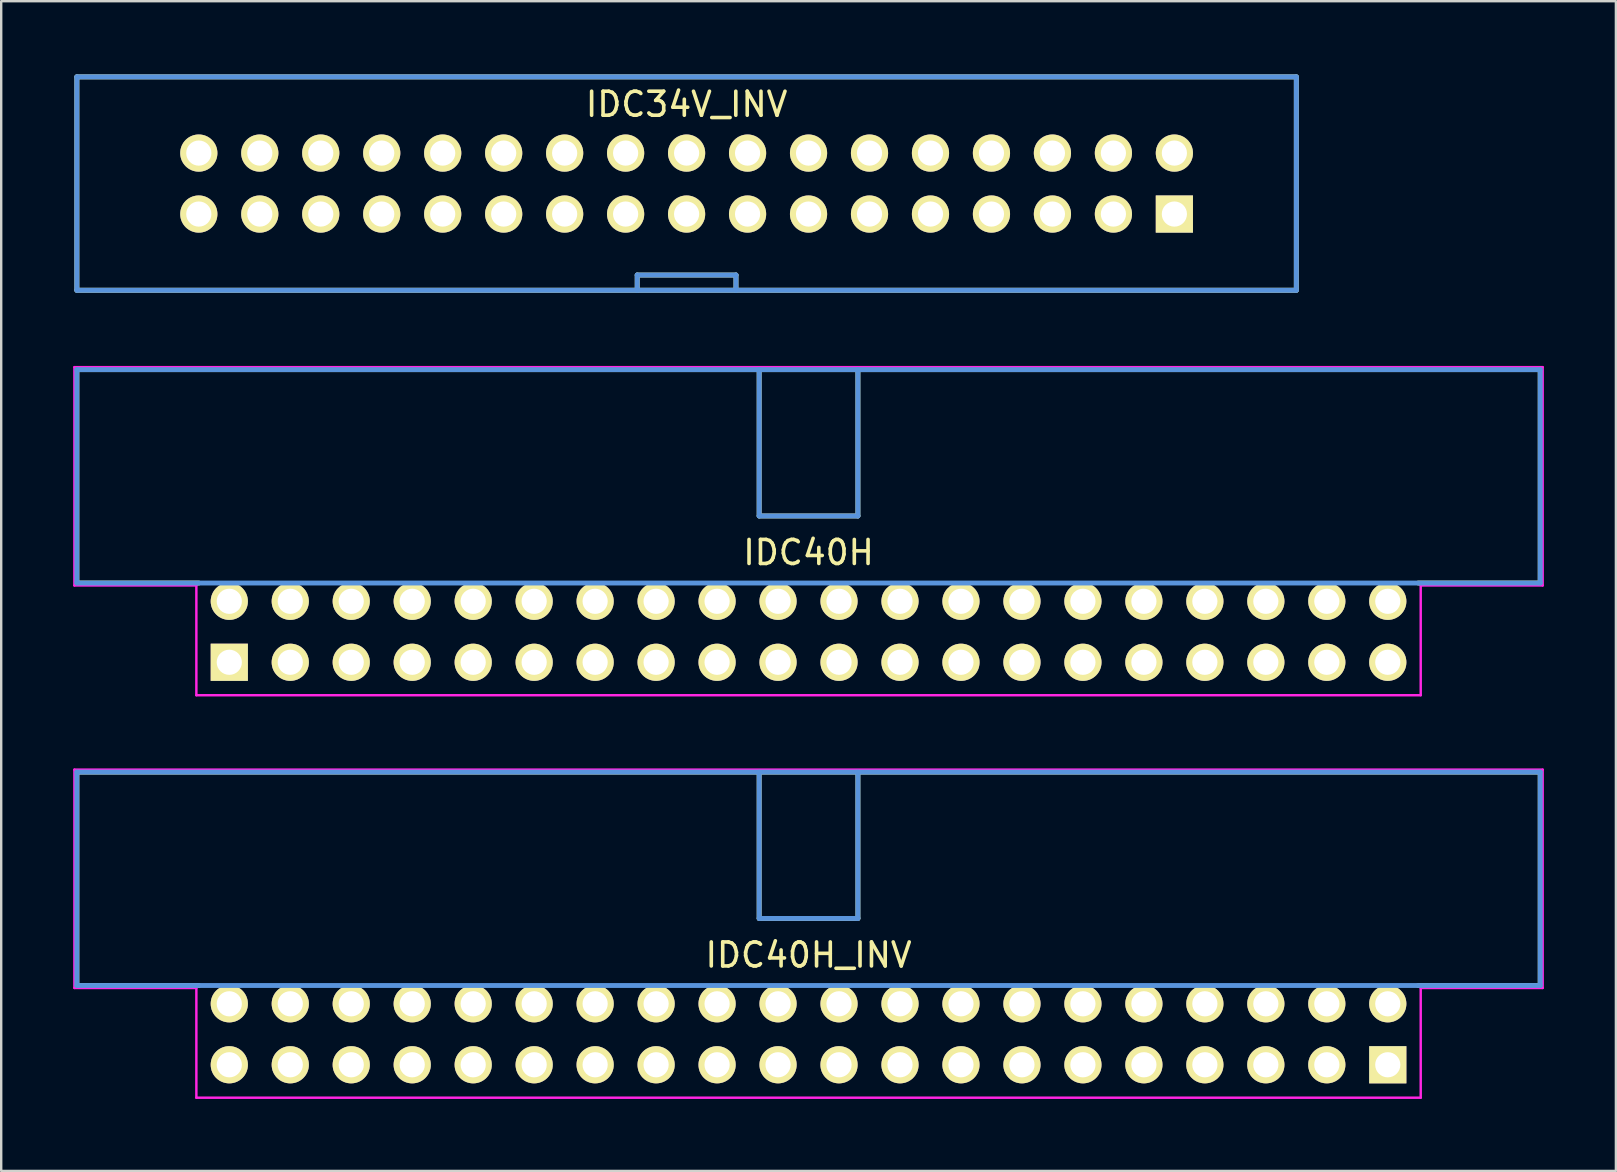
<source format=kicad_pcb>
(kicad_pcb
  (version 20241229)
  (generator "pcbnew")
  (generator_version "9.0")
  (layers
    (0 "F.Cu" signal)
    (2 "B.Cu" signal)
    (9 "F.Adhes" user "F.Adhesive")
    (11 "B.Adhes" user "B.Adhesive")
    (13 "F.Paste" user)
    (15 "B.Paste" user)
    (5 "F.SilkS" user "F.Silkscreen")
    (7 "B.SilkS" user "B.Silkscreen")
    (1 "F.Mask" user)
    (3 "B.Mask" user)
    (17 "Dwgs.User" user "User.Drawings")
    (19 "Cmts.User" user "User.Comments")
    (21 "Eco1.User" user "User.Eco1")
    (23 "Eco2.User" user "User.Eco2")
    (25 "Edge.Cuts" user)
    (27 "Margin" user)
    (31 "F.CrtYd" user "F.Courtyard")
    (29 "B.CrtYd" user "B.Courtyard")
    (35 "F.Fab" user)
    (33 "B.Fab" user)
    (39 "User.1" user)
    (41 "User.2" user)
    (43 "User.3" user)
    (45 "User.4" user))
  (footprint "IDC40H"
    (layer "F.Cu")
    (at 6.502 24.539)
    (property "Reference" "IDC40H" (at 24.13 -4.572 0) (layer "F.SilkS") (effects (font (size 1.001 1.001) (thickness 0.15))))
    (attr through_hole)
    (fp_line (start -6.35 -12.192) (end 54.61 -12.192) (stroke (width 0.203) (type solid)) (layer "F.SilkS"))
    (fp_line (start -6.35 -3.302) (end -6.35 -12.192) (stroke (width 0.203) (type solid)) (layer "F.SilkS"))
    (fp_line (start -6.35 -3.302) (end -1.27 -3.302) (stroke (width 0.203) (type solid)) (layer "F.SilkS"))
    (fp_line (start 22.073 -12.192) (end 22.073 -6.096) (stroke (width 0.203) (type solid)) (layer "F.SilkS"))
    (fp_line (start 22.073 -6.096) (end 26.187 -6.096) (stroke (width 0.203) (type solid)) (layer "F.SilkS"))
    (fp_line (start 26.187 -12.192) (end 26.187 -6.096) (stroke (width 0.203) (type solid)) (layer "F.SilkS"))
    (fp_line (start 54.61 -12.192) (end 54.61 -3.302) (stroke (width 0.203) (type solid)) (layer "F.SilkS"))
    (fp_line (start 54.61 -3.302) (end 49.53 -3.302) (stroke (width 0.203) (type solid)) (layer "F.SilkS"))
    (fp_line (start -6.35 -12.192) (end -6.35 -3.302) (stroke (width 0.203) (type solid)) (layer "Cmts.User"))
    (fp_line (start -6.35 -3.302) (end 54.61 -3.302) (stroke (width 0.203) (type solid)) (layer "Cmts.User"))
    (fp_line (start 22.073 -12.192) (end 22.073 -6.096) (stroke (width 0.203) (type solid)) (layer "Cmts.User"))
    (fp_line (start 22.073 -6.096) (end 26.187 -6.096) (stroke (width 0.203) (type solid)) (layer "Cmts.User"))
    (fp_line (start 26.187 -12.192) (end 26.187 -6.096) (stroke (width 0.203) (type solid)) (layer "Cmts.User"))
    (fp_line (start 54.61 -12.192) (end -6.35 -12.192) (stroke (width 0.203) (type solid)) (layer "Cmts.User"))
    (fp_line (start 54.61 -3.302) (end 54.61 -12.192) (stroke (width 0.203) (type solid)) (layer "Cmts.User"))
    (fp_line (start -6.452 -12.294) (end -6.452 -3.2) (stroke (width 0.102) (type solid)) (layer "F.CrtYd"))
    (fp_line (start -6.452 -3.2) (end -1.372 -3.2) (stroke (width 0.102) (type solid)) (layer "F.CrtYd"))
    (fp_line (start -1.372 -3.2) (end -1.372 1.372) (stroke (width 0.102) (type solid)) (layer "F.CrtYd"))
    (fp_line (start -1.372 1.372) (end 49.632 1.372) (stroke (width 0.102) (type solid)) (layer "F.CrtYd"))
    (fp_line (start 49.632 -3.2) (end 54.712 -3.2) (stroke (width 0.102) (type solid)) (layer "F.CrtYd"))
    (fp_line (start 49.632 1.372) (end 49.632 -3.2) (stroke (width 0.102) (type solid)) (layer "F.CrtYd"))
    (fp_line (start 54.712 -12.294) (end -6.452 -12.294) (stroke (width 0.102) (type solid)) (layer "F.CrtYd"))
    (fp_line (start 54.712 -3.2) (end 54.712 -12.294) (stroke (width 0.102) (type solid)) (layer "F.CrtYd"))
    (pad "1" thru_hole rect (at 0 0) (size 1.549 1.549) (drill 1.049) (layers "*.Cu" "*.Mask" "F.SilkS"))
    (pad "2" thru_hole circle (at 0 -2.54) (size 1.549 1.549) (drill 1.049) (layers "*.Cu" "*.Mask" "F.SilkS"))
    (pad "3" thru_hole circle (at 2.54 0) (size 1.549 1.549) (drill 1.049) (layers "*.Cu" "*.Mask" "F.SilkS"))
    (pad "4" thru_hole circle (at 2.54 -2.54) (size 1.549 1.549) (drill 1.049) (layers "*.Cu" "*.Mask" "F.SilkS"))
    (pad "5" thru_hole circle (at 5.08 0) (size 1.549 1.549) (drill 1.049) (layers "*.Cu" "*.Mask" "F.SilkS"))
    (pad "6" thru_hole circle (at 5.08 -2.54) (size 1.549 1.549) (drill 1.049) (layers "*.Cu" "*.Mask" "F.SilkS"))
    (pad "7" thru_hole circle (at 7.62 0) (size 1.549 1.549) (drill 1.049) (layers "*.Cu" "*.Mask" "F.SilkS"))
    (pad "8" thru_hole circle (at 7.62 -2.54) (size 1.549 1.549) (drill 1.049) (layers "*.Cu" "*.Mask" "F.SilkS"))
    (pad "9" thru_hole circle (at 10.16 0) (size 1.549 1.549) (drill 1.049) (layers "*.Cu" "*.Mask" "F.SilkS"))
    (pad "10" thru_hole circle (at 10.16 -2.54) (size 1.549 1.549) (drill 1.049) (layers "*.Cu" "*.Mask" "F.SilkS"))
    (pad "11" thru_hole circle (at 12.7 0) (size 1.549 1.549) (drill 1.049) (layers "*.Cu" "*.Mask" "F.SilkS"))
    (pad "12" thru_hole circle (at 12.7 -2.54) (size 1.549 1.549) (drill 1.049) (layers "*.Cu" "*.Mask" "F.SilkS"))
    (pad "13" thru_hole circle (at 15.24 0) (size 1.549 1.549) (drill 1.049) (layers "*.Cu" "*.Mask" "F.SilkS"))
    (pad "14" thru_hole circle (at 15.24 -2.54) (size 1.549 1.549) (drill 1.049) (layers "*.Cu" "*.Mask" "F.SilkS"))
    (pad "15" thru_hole circle (at 17.78 0) (size 1.549 1.549) (drill 1.049) (layers "*.Cu" "*.Mask" "F.SilkS"))
    (pad "16" thru_hole circle (at 17.78 -2.54) (size 1.549 1.549) (drill 1.049) (layers "*.Cu" "*.Mask" "F.SilkS"))
    (pad "17" thru_hole circle (at 20.32 0) (size 1.549 1.549) (drill 1.049) (layers "*.Cu" "*.Mask" "F.SilkS"))
    (pad "18" thru_hole circle (at 20.32 -2.54) (size 1.549 1.549) (drill 1.049) (layers "*.Cu" "*.Mask" "F.SilkS"))
    (pad "19" thru_hole circle (at 22.86 0) (size 1.549 1.549) (drill 1.049) (layers "*.Cu" "*.Mask" "F.SilkS"))
    (pad "20" thru_hole circle (at 22.86 -2.54) (size 1.549 1.549) (drill 1.049) (layers "*.Cu" "*.Mask" "F.SilkS"))
    (pad "21" thru_hole circle (at 25.4 0) (size 1.549 1.549) (drill 1.049) (layers "*.Cu" "*.Mask" "F.SilkS"))
    (pad "22" thru_hole circle (at 25.4 -2.54) (size 1.549 1.549) (drill 1.049) (layers "*.Cu" "*.Mask" "F.SilkS"))
    (pad "23" thru_hole circle (at 27.94 0) (size 1.549 1.549) (drill 1.049) (layers "*.Cu" "*.Mask" "F.SilkS"))
    (pad "24" thru_hole circle (at 27.94 -2.54) (size 1.549 1.549) (drill 1.049) (layers "*.Cu" "*.Mask" "F.SilkS"))
    (pad "25" thru_hole circle (at 30.48 0) (size 1.549 1.549) (drill 1.049) (layers "*.Cu" "*.Mask" "F.SilkS"))
    (pad "26" thru_hole circle (at 30.48 -2.54) (size 1.549 1.549) (drill 1.049) (layers "*.Cu" "*.Mask" "F.SilkS"))
    (pad "27" thru_hole circle (at 33.02 0) (size 1.549 1.549) (drill 1.049) (layers "*.Cu" "*.Mask" "F.SilkS"))
    (pad "28" thru_hole circle (at 33.02 -2.54) (size 1.549 1.549) (drill 1.049) (layers "*.Cu" "*.Mask" "F.SilkS"))
    (pad "29" thru_hole circle (at 35.56 0) (size 1.549 1.549) (drill 1.049) (layers "*.Cu" "*.Mask" "F.SilkS"))
    (pad "30" thru_hole circle (at 35.56 -2.54) (size 1.549 1.549) (drill 1.049) (layers "*.Cu" "*.Mask" "F.SilkS"))
    (pad "31" thru_hole circle (at 38.1 0) (size 1.549 1.549) (drill 1.049) (layers "*.Cu" "*.Mask" "F.SilkS"))
    (pad "32" thru_hole circle (at 38.1 -2.54) (size 1.549 1.549) (drill 1.049) (layers "*.Cu" "*.Mask" "F.SilkS"))
    (pad "33" thru_hole circle (at 40.64 0) (size 1.549 1.549) (drill 1.049) (layers "*.Cu" "*.Mask" "F.SilkS"))
    (pad "34" thru_hole circle (at 40.64 -2.54) (size 1.549 1.549) (drill 1.049) (layers "*.Cu" "*.Mask" "F.SilkS"))
    (pad "35" thru_hole circle (at 43.18 0) (size 1.549 1.549) (drill 1.049) (layers "*.Cu" "*.Mask" "F.SilkS"))
    (pad "36" thru_hole circle (at 43.18 -2.54) (size 1.549 1.549) (drill 1.049) (layers "*.Cu" "*.Mask" "F.SilkS"))
    (pad "37" thru_hole circle (at 45.72 0) (size 1.549 1.549) (drill 1.049) (layers "*.Cu" "*.Mask" "F.SilkS"))
    (pad "38" thru_hole circle (at 45.72 -2.54) (size 1.549 1.549) (drill 1.049) (layers "*.Cu" "*.Mask" "F.SilkS"))
    (pad "39" thru_hole circle (at 48.26 0) (size 1.549 1.549) (drill 1.049) (layers "*.Cu" "*.Mask" "F.SilkS"))
    (pad "40" thru_hole circle (at 48.26 -2.54) (size 1.549 1.549) (drill 1.049) (layers "*.Cu" "*.Mask" "F.SilkS")))
  (footprint "IDC40H_INV"
    (layer "F.Cu")
    (at 6.502 41.306)
    (property "Reference" "IDC40H_INV" (at 24.13 -4.572 0) (layer "F.SilkS") (effects (font (size 1.001 1.001) (thickness 0.15))))
    (attr through_hole)
    (fp_line (start -6.35 -12.192) (end 54.61 -12.192) (stroke (width 0.203) (type solid)) (layer "F.SilkS"))
    (fp_line (start -6.35 -3.302) (end -6.35 -12.192) (stroke (width 0.203) (type solid)) (layer "F.SilkS"))
    (fp_line (start -6.35 -3.302) (end -1.27 -3.302) (stroke (width 0.203) (type solid)) (layer "F.SilkS"))
    (fp_line (start 22.073 -12.192) (end 22.073 -6.096) (stroke (width 0.203) (type solid)) (layer "F.SilkS"))
    (fp_line (start 22.073 -6.096) (end 26.187 -6.096) (stroke (width 0.203) (type solid)) (layer "F.SilkS"))
    (fp_line (start 26.187 -12.192) (end 26.187 -6.096) (stroke (width 0.203) (type solid)) (layer "F.SilkS"))
    (fp_line (start 54.61 -12.192) (end 54.61 -3.302) (stroke (width 0.203) (type solid)) (layer "F.SilkS"))
    (fp_line (start 54.61 -3.302) (end 49.53 -3.302) (stroke (width 0.203) (type solid)) (layer "F.SilkS"))
    (fp_line (start -6.35 -12.192) (end -6.35 -3.302) (stroke (width 0.203) (type solid)) (layer "Cmts.User"))
    (fp_line (start -6.35 -3.302) (end 54.61 -3.302) (stroke (width 0.203) (type solid)) (layer "Cmts.User"))
    (fp_line (start 22.073 -12.192) (end 22.073 -6.096) (stroke (width 0.203) (type solid)) (layer "Cmts.User"))
    (fp_line (start 22.073 -6.096) (end 26.187 -6.096) (stroke (width 0.203) (type solid)) (layer "Cmts.User"))
    (fp_line (start 26.187 -12.192) (end 26.187 -6.096) (stroke (width 0.203) (type solid)) (layer "Cmts.User"))
    (fp_line (start 54.61 -12.192) (end -6.35 -12.192) (stroke (width 0.203) (type solid)) (layer "Cmts.User"))
    (fp_line (start 54.61 -3.302) (end 54.61 -12.192) (stroke (width 0.203) (type solid)) (layer "Cmts.User"))
    (fp_line (start -6.452 -12.294) (end -6.452 -3.2) (stroke (width 0.102) (type solid)) (layer "F.CrtYd"))
    (fp_line (start -6.452 -3.2) (end -1.372 -3.2) (stroke (width 0.102) (type solid)) (layer "F.CrtYd"))
    (fp_line (start -1.372 -3.2) (end -1.372 1.372) (stroke (width 0.102) (type solid)) (layer "F.CrtYd"))
    (fp_line (start -1.372 1.372) (end 49.632 1.372) (stroke (width 0.102) (type solid)) (layer "F.CrtYd"))
    (fp_line (start 49.632 -3.2) (end 54.712 -3.2) (stroke (width 0.102) (type solid)) (layer "F.CrtYd"))
    (fp_line (start 49.632 1.372) (end 49.632 -3.2) (stroke (width 0.102) (type solid)) (layer "F.CrtYd"))
    (fp_line (start 54.712 -12.294) (end -6.452 -12.294) (stroke (width 0.102) (type solid)) (layer "F.CrtYd"))
    (fp_line (start 54.712 -3.2) (end 54.712 -12.294) (stroke (width 0.102) (type solid)) (layer "F.CrtYd"))
    (pad "1" thru_hole rect (at 48.26 0) (size 1.549 1.549) (drill 1.049) (layers "*.Cu" "*.Mask" "F.SilkS"))
    (pad "2" thru_hole circle (at 48.26 -2.54) (size 1.549 1.549) (drill 1.049) (layers "*.Cu" "*.Mask" "F.SilkS"))
    (pad "3" thru_hole circle (at 45.72 0) (size 1.549 1.549) (drill 1.049) (layers "*.Cu" "*.Mask" "F.SilkS"))
    (pad "4" thru_hole circle (at 45.72 -2.54) (size 1.549 1.549) (drill 1.049) (layers "*.Cu" "*.Mask" "F.SilkS"))
    (pad "5" thru_hole circle (at 43.18 0) (size 1.549 1.549) (drill 1.049) (layers "*.Cu" "*.Mask" "F.SilkS"))
    (pad "6" thru_hole circle (at 43.18 -2.54) (size 1.549 1.549) (drill 1.049) (layers "*.Cu" "*.Mask" "F.SilkS"))
    (pad "7" thru_hole circle (at 40.64 0) (size 1.549 1.549) (drill 1.049) (layers "*.Cu" "*.Mask" "F.SilkS"))
    (pad "8" thru_hole circle (at 40.64 -2.54) (size 1.549 1.549) (drill 1.049) (layers "*.Cu" "*.Mask" "F.SilkS"))
    (pad "9" thru_hole circle (at 38.1 0) (size 1.549 1.549) (drill 1.049) (layers "*.Cu" "*.Mask" "F.SilkS"))
    (pad "10" thru_hole circle (at 38.1 -2.54) (size 1.549 1.549) (drill 1.049) (layers "*.Cu" "*.Mask" "F.SilkS"))
    (pad "11" thru_hole circle (at 35.56 0) (size 1.549 1.549) (drill 1.049) (layers "*.Cu" "*.Mask" "F.SilkS"))
    (pad "12" thru_hole circle (at 35.56 -2.54) (size 1.549 1.549) (drill 1.049) (layers "*.Cu" "*.Mask" "F.SilkS"))
    (pad "13" thru_hole circle (at 33.02 0) (size 1.549 1.549) (drill 1.049) (layers "*.Cu" "*.Mask" "F.SilkS"))
    (pad "14" thru_hole circle (at 33.02 -2.54) (size 1.549 1.549) (drill 1.049) (layers "*.Cu" "*.Mask" "F.SilkS"))
    (pad "15" thru_hole circle (at 30.48 0) (size 1.549 1.549) (drill 1.049) (layers "*.Cu" "*.Mask" "F.SilkS"))
    (pad "16" thru_hole circle (at 30.48 -2.54) (size 1.549 1.549) (drill 1.049) (layers "*.Cu" "*.Mask" "F.SilkS"))
    (pad "17" thru_hole circle (at 27.94 0) (size 1.549 1.549) (drill 1.049) (layers "*.Cu" "*.Mask" "F.SilkS"))
    (pad "18" thru_hole circle (at 27.94 -2.54) (size 1.549 1.549) (drill 1.049) (layers "*.Cu" "*.Mask" "F.SilkS"))
    (pad "19" thru_hole circle (at 25.4 0) (size 1.549 1.549) (drill 1.049) (layers "*.Cu" "*.Mask" "F.SilkS"))
    (pad "20" thru_hole circle (at 25.4 -2.54) (size 1.549 1.549) (drill 1.049) (layers "*.Cu" "*.Mask" "F.SilkS"))
    (pad "21" thru_hole circle (at 22.86 0) (size 1.549 1.549) (drill 1.049) (layers "*.Cu" "*.Mask" "F.SilkS"))
    (pad "22" thru_hole circle (at 22.86 -2.54) (size 1.549 1.549) (drill 1.049) (layers "*.Cu" "*.Mask" "F.SilkS"))
    (pad "23" thru_hole circle (at 20.32 0) (size 1.549 1.549) (drill 1.049) (layers "*.Cu" "*.Mask" "F.SilkS"))
    (pad "24" thru_hole circle (at 20.32 -2.54) (size 1.549 1.549) (drill 1.049) (layers "*.Cu" "*.Mask" "F.SilkS"))
    (pad "25" thru_hole circle (at 17.78 0) (size 1.549 1.549) (drill 1.049) (layers "*.Cu" "*.Mask" "F.SilkS"))
    (pad "26" thru_hole circle (at 17.78 -2.54) (size 1.549 1.549) (drill 1.049) (layers "*.Cu" "*.Mask" "F.SilkS"))
    (pad "27" thru_hole circle (at 15.24 0) (size 1.549 1.549) (drill 1.049) (layers "*.Cu" "*.Mask" "F.SilkS"))
    (pad "28" thru_hole circle (at 15.24 -2.54) (size 1.549 1.549) (drill 1.049) (layers "*.Cu" "*.Mask" "F.SilkS"))
    (pad "29" thru_hole circle (at 12.7 0) (size 1.549 1.549) (drill 1.049) (layers "*.Cu" "*.Mask" "F.SilkS"))
    (pad "30" thru_hole circle (at 12.7 -2.54) (size 1.549 1.549) (drill 1.049) (layers "*.Cu" "*.Mask" "F.SilkS"))
    (pad "31" thru_hole circle (at 10.16 0) (size 1.549 1.549) (drill 1.049) (layers "*.Cu" "*.Mask" "F.SilkS"))
    (pad "32" thru_hole circle (at 10.16 -2.54) (size 1.549 1.549) (drill 1.049) (layers "*.Cu" "*.Mask" "F.SilkS"))
    (pad "33" thru_hole circle (at 7.62 0) (size 1.549 1.549) (drill 1.049) (layers "*.Cu" "*.Mask" "F.SilkS"))
    (pad "34" thru_hole circle (at 7.62 -2.54) (size 1.549 1.549) (drill 1.049) (layers "*.Cu" "*.Mask" "F.SilkS"))
    (pad "35" thru_hole circle (at 5.08 0) (size 1.549 1.549) (drill 1.049) (layers "*.Cu" "*.Mask" "F.SilkS"))
    (pad "36" thru_hole circle (at 5.08 -2.54) (size 1.549 1.549) (drill 1.049) (layers "*.Cu" "*.Mask" "F.SilkS"))
    (pad "37" thru_hole circle (at 2.54 0) (size 1.549 1.549) (drill 1.049) (layers "*.Cu" "*.Mask" "F.SilkS"))
    (pad "38" thru_hole circle (at 2.54 -2.54) (size 1.549 1.549) (drill 1.049) (layers "*.Cu" "*.Mask" "F.SilkS"))
    (pad "39" thru_hole circle (at 0 0) (size 1.549 1.549) (drill 1.049) (layers "*.Cu" "*.Mask" "F.SilkS"))
    (pad "40" thru_hole circle (at 0 -2.54) (size 1.549 1.549) (drill 1.049) (layers "*.Cu" "*.Mask" "F.SilkS")))
  (footprint "IDC34V_INV"
    (layer "F.Cu")
    (at 5.232 5.867)
    (property "Reference" "IDC34V_INV" (at 20.32 -4.572 0) (layer "F.SilkS") (effects (font (size 1.001 1.001) (thickness 0.15))))
    (attr through_hole)
    (fp_line (start -5.08 -5.715) (end 45.72 -5.715) (stroke (width 0.203) (type solid)) (layer "F.SilkS"))
    (fp_line (start -5.08 3.175) (end -5.08 -5.715) (stroke (width 0.203) (type solid)) (layer "F.SilkS"))
    (fp_line (start 18.263 2.54) (end 22.377 2.54) (stroke (width 0.203) (type solid)) (layer "F.SilkS"))
    (fp_line (start 18.263 3.175) (end 18.263 2.54) (stroke (width 0.203) (type solid)) (layer "F.SilkS"))
    (fp_line (start 22.377 3.175) (end 22.377 2.54) (stroke (width 0.203) (type solid)) (layer "F.SilkS"))
    (fp_line (start 45.72 -5.715) (end 45.72 3.175) (stroke (width 0.203) (type solid)) (layer "F.SilkS"))
    (fp_line (start 45.72 3.175) (end -5.08 3.175) (stroke (width 0.203) (type solid)) (layer "F.SilkS"))
    (fp_line (start -5.08 -5.715) (end 45.72 -5.715) (stroke (width 0.203) (type solid)) (layer "Cmts.User"))
    (fp_line (start -5.08 3.175) (end -5.08 -5.715) (stroke (width 0.203) (type solid)) (layer "Cmts.User"))
    (fp_line (start 18.263 2.54) (end 22.377 2.54) (stroke (width 0.203) (type solid)) (layer "Cmts.User"))
    (fp_line (start 18.263 3.175) (end 18.263 2.54) (stroke (width 0.203) (type solid)) (layer "Cmts.User"))
    (fp_line (start 22.377 3.175) (end 22.377 2.54) (stroke (width 0.203) (type solid)) (layer "Cmts.User"))
    (fp_line (start 45.72 -5.715) (end 45.72 3.175) (stroke (width 0.203) (type solid)) (layer "Cmts.User"))
    (fp_line (start 45.72 3.175) (end -5.08 3.175) (stroke (width 0.203) (type solid)) (layer "Cmts.User"))
    (fp_line (start -5.182 -5.817) (end 45.822 -5.817) (stroke (width 0.102) (type solid)) (layer "Eco1.User"))
    (fp_line (start -5.182 3.277) (end -5.182 -5.817) (stroke (width 0.102) (type solid)) (layer "Eco1.User"))
    (fp_line (start 45.822 -5.817) (end 45.822 3.277) (stroke (width 0.102) (type solid)) (layer "Eco1.User"))
    (fp_line (start 45.822 3.277) (end -5.182 3.277) (stroke (width 0.102) (type solid)) (layer "Eco1.User"))
    (pad "1" thru_hole rect (at 40.64 0) (size 1.549 1.549) (drill 1.049) (layers "*.Cu" "*.Mask" "F.SilkS"))
    (pad "2" thru_hole circle (at 40.64 -2.54) (size 1.549 1.549) (drill 1.049) (layers "*.Cu" "*.Mask" "F.SilkS"))
    (pad "3" thru_hole circle (at 38.1 0) (size 1.549 1.549) (drill 1.049) (layers "*.Cu" "*.Mask" "F.SilkS"))
    (pad "4" thru_hole circle (at 38.1 -2.54) (size 1.549 1.549) (drill 1.049) (layers "*.Cu" "*.Mask" "F.SilkS"))
    (pad "5" thru_hole circle (at 35.56 0) (size 1.549 1.549) (drill 1.049) (layers "*.Cu" "*.Mask" "F.SilkS"))
    (pad "6" thru_hole circle (at 35.56 -2.54) (size 1.549 1.549) (drill 1.049) (layers "*.Cu" "*.Mask" "F.SilkS"))
    (pad "7" thru_hole circle (at 33.02 0) (size 1.549 1.549) (drill 1.049) (layers "*.Cu" "*.Mask" "F.SilkS"))
    (pad "8" thru_hole circle (at 33.02 -2.54) (size 1.549 1.549) (drill 1.049) (layers "*.Cu" "*.Mask" "F.SilkS"))
    (pad "9" thru_hole circle (at 30.48 0) (size 1.549 1.549) (drill 1.049) (layers "*.Cu" "*.Mask" "F.SilkS"))
    (pad "10" thru_hole circle (at 30.48 -2.54) (size 1.549 1.549) (drill 1.049) (layers "*.Cu" "*.Mask" "F.SilkS"))
    (pad "11" thru_hole circle (at 27.94 0) (size 1.549 1.549) (drill 1.049) (layers "*.Cu" "*.Mask" "F.SilkS"))
    (pad "12" thru_hole circle (at 27.94 -2.54) (size 1.549 1.549) (drill 1.049) (layers "*.Cu" "*.Mask" "F.SilkS"))
    (pad "13" thru_hole circle (at 25.4 0) (size 1.549 1.549) (drill 1.049) (layers "*.Cu" "*.Mask" "F.SilkS"))
    (pad "14" thru_hole circle (at 25.4 -2.54) (size 1.549 1.549) (drill 1.049) (layers "*.Cu" "*.Mask" "F.SilkS"))
    (pad "15" thru_hole circle (at 22.86 0) (size 1.549 1.549) (drill 1.049) (layers "*.Cu" "*.Mask" "F.SilkS"))
    (pad "16" thru_hole circle (at 22.86 -2.54) (size 1.549 1.549) (drill 1.049) (layers "*.Cu" "*.Mask" "F.SilkS"))
    (pad "17" thru_hole circle (at 20.32 0) (size 1.549 1.549) (drill 1.049) (layers "*.Cu" "*.Mask" "F.SilkS"))
    (pad "18" thru_hole circle (at 20.32 -2.54) (size 1.549 1.549) (drill 1.049) (layers "*.Cu" "*.Mask" "F.SilkS"))
    (pad "19" thru_hole circle (at 17.78 0) (size 1.549 1.549) (drill 1.049) (layers "*.Cu" "*.Mask" "F.SilkS"))
    (pad "20" thru_hole circle (at 17.78 -2.54) (size 1.549 1.549) (drill 1.049) (layers "*.Cu" "*.Mask" "F.SilkS"))
    (pad "21" thru_hole circle (at 15.24 0) (size 1.549 1.549) (drill 1.049) (layers "*.Cu" "*.Mask" "F.SilkS"))
    (pad "22" thru_hole circle (at 15.24 -2.54) (size 1.549 1.549) (drill 1.049) (layers "*.Cu" "*.Mask" "F.SilkS"))
    (pad "23" thru_hole circle (at 12.7 0) (size 1.549 1.549) (drill 1.049) (layers "*.Cu" "*.Mask" "F.SilkS"))
    (pad "24" thru_hole circle (at 12.7 -2.54) (size 1.549 1.549) (drill 1.049) (layers "*.Cu" "*.Mask" "F.SilkS"))
    (pad "25" thru_hole circle (at 10.16 0) (size 1.549 1.549) (drill 1.049) (layers "*.Cu" "*.Mask" "F.SilkS"))
    (pad "26" thru_hole circle (at 10.16 -2.54) (size 1.549 1.549) (drill 1.049) (layers "*.Cu" "*.Mask" "F.SilkS"))
    (pad "27" thru_hole circle (at 7.62 0) (size 1.549 1.549) (drill 1.049) (layers "*.Cu" "*.Mask" "F.SilkS"))
    (pad "28" thru_hole circle (at 7.62 -2.54) (size 1.549 1.549) (drill 1.049) (layers "*.Cu" "*.Mask" "F.SilkS"))
    (pad "29" thru_hole circle (at 5.08 0) (size 1.549 1.549) (drill 1.049) (layers "*.Cu" "*.Mask" "F.SilkS"))
    (pad "30" thru_hole circle (at 5.08 -2.54) (size 1.549 1.549) (drill 1.049) (layers "*.Cu" "*.Mask" "F.SilkS"))
    (pad "31" thru_hole circle (at 2.54 0) (size 1.549 1.549) (drill 1.049) (layers "*.Cu" "*.Mask" "F.SilkS"))
    (pad "32" thru_hole circle (at 2.54 -2.54) (size 1.549 1.549) (drill 1.049) (layers "*.Cu" "*.Mask" "F.SilkS"))
    (pad "33" thru_hole circle (at 0 0) (size 1.549 1.549) (drill 1.049) (layers "*.Cu" "*.Mask" "F.SilkS"))
    (pad "34" thru_hole circle (at 0 -2.54) (size 1.549 1.549) (drill 1.049) (layers "*.Cu" "*.Mask" "F.SilkS")))
  (gr_rect
    (start -3 -3)
    (end 64.265 45.728)
    (stroke (width 0.1) (type default))
    (fill no)
    (layer "Edge.Cuts")))
</source>
